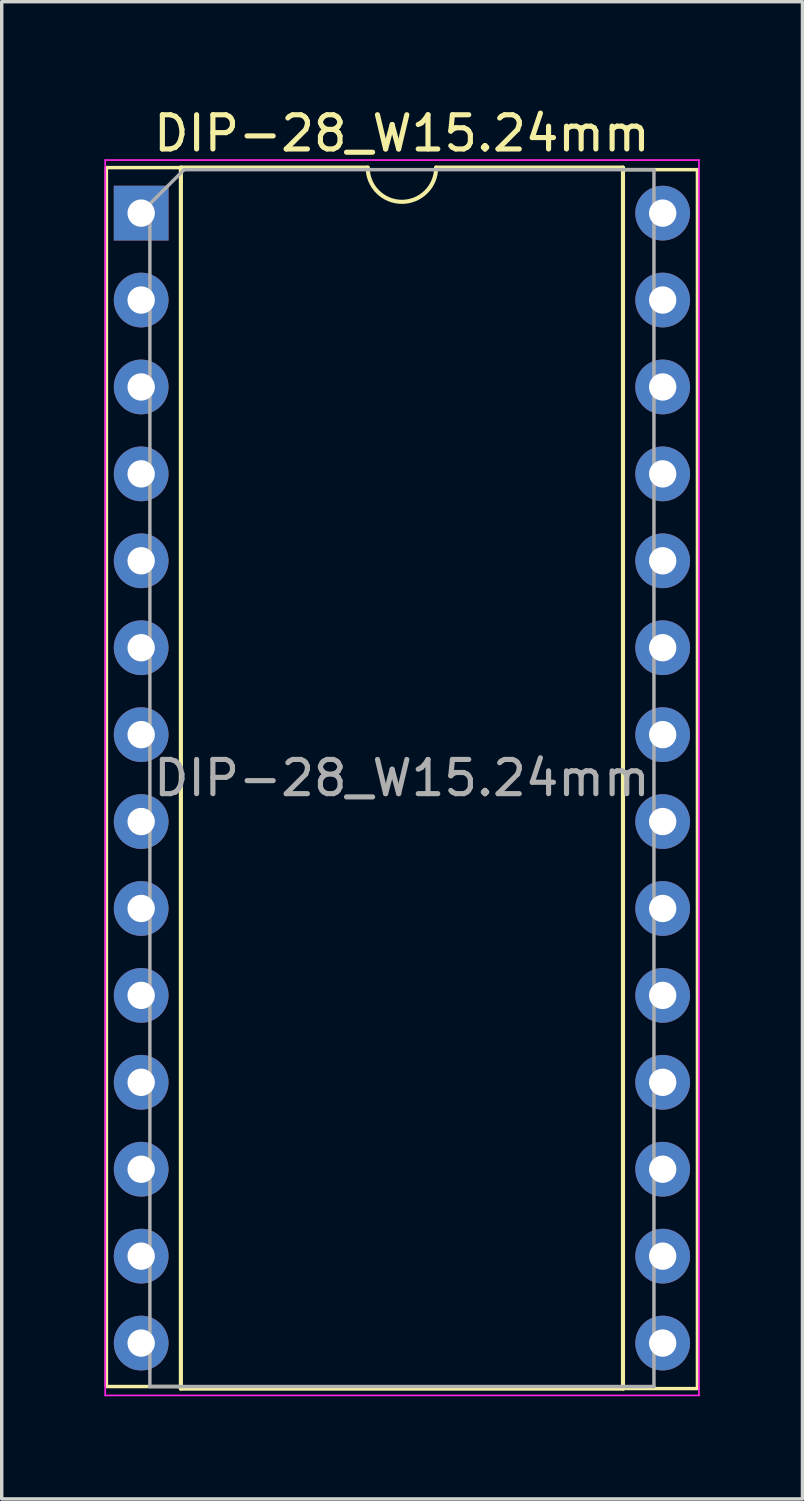
<source format=kicad_pcb>
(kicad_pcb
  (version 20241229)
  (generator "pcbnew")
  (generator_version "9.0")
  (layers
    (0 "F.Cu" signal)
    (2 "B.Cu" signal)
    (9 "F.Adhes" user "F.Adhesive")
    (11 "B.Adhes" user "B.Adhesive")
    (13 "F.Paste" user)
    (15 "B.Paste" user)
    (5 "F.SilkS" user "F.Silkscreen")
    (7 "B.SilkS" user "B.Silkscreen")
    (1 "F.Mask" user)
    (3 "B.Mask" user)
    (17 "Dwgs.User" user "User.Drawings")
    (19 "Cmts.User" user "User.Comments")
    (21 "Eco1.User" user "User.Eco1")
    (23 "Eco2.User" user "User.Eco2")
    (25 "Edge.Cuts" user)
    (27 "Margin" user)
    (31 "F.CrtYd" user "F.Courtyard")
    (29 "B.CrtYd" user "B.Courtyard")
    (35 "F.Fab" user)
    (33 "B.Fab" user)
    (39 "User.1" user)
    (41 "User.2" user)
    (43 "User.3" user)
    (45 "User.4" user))
  (footprint "DIP-28_W15.24mm"
    (layer "F.Cu")
    (at 1.075 3.178)
    (property "Reference" "DIP-28_W15.24mm" (at 7.62 -2.33 0) (layer "F.SilkS") (effects (font (size 1 1) (thickness 0.15))))
    (attr through_hole)
    (fp_line (start 1.16 -1.33) (end 1.16 34.35) (stroke (width 0.12) (type solid)) (layer "F.SilkS"))
    (fp_line (start 1.16 34.35) (end 14.08 34.35) (stroke (width 0.12) (type solid)) (layer "F.SilkS"))
    (fp_line (start 6.62 -1.33) (end 1.16 -1.33) (stroke (width 0.12) (type solid)) (layer "F.SilkS"))
    (fp_line (start 14.08 -1.33) (end 8.62 -1.33) (stroke (width 0.12) (type solid)) (layer "F.SilkS"))
    (fp_line (start 14.08 34.35) (end 14.08 -1.33) (stroke (width 0.12) (type solid)) (layer "F.SilkS"))
    (fp_rect (start -1.016 -1.33) (end 1.16 34.29) (stroke (width 0.1) (type default)) (fill no) (layer "F.SilkS"))
    (fp_rect (start 14.08 -1.27) (end 16.256 34.35) (stroke (width 0.1) (type default)) (fill no) (layer "F.SilkS"))
    (fp_arc (start 8.62 -1.33) (mid 7.62 -0.33) (end 6.62 -1.33) (stroke (width 0.12) (type solid)) (layer "F.SilkS"))
    (fp_line (start -1.05 -1.55) (end -1.05 34.55) (stroke (width 0.05) (type solid)) (layer "F.CrtYd"))
    (fp_line (start -1.05 34.55) (end 16.3 34.55) (stroke (width 0.05) (type solid)) (layer "F.CrtYd"))
    (fp_line (start 16.3 -1.55) (end -1.05 -1.55) (stroke (width 0.05) (type solid)) (layer "F.CrtYd"))
    (fp_line (start 16.3 34.55) (end 16.3 -1.55) (stroke (width 0.05) (type solid)) (layer "F.CrtYd"))
    (fp_line (start 0.255 -0.27) (end 1.255 -1.27) (stroke (width 0.1) (type solid)) (layer "F.Fab"))
    (fp_line (start 0.255 34.29) (end 0.255 -0.27) (stroke (width 0.1) (type solid)) (layer "F.Fab"))
    (fp_line (start 1.255 -1.27) (end 14.985 -1.27) (stroke (width 0.1) (type solid)) (layer "F.Fab"))
    (fp_line (start 14.985 -1.27) (end 14.985 34.29) (stroke (width 0.1) (type solid)) (layer "F.Fab"))
    (fp_line (start 14.985 34.29) (end 0.255 34.29) (stroke (width 0.1) (type solid)) (layer "F.Fab"))
    (fp_text user "${REFERENCE}" (at 7.62 16.51 0) (layer "F.Fab") (effects (font (size 1 1) (thickness 0.15))))
    (pad "1" thru_hole rect (at 0 0) (size 1.6 1.6) (drill 0.8) (layers "*.Cu" "*.Mask"))
    (pad "2" thru_hole oval (at 0 2.54) (size 1.6 1.6) (drill 0.8) (layers "*.Cu" "*.Mask"))
    (pad "3" thru_hole oval (at 0 5.08) (size 1.6 1.6) (drill 0.8) (layers "*.Cu" "*.Mask"))
    (pad "4" thru_hole oval (at 0 7.62) (size 1.6 1.6) (drill 0.8) (layers "*.Cu" "*.Mask"))
    (pad "5" thru_hole oval (at 0 10.16) (size 1.6 1.6) (drill 0.8) (layers "*.Cu" "*.Mask"))
    (pad "6" thru_hole oval (at 0 12.7) (size 1.6 1.6) (drill 0.8) (layers "*.Cu" "*.Mask"))
    (pad "7" thru_hole oval (at 0 15.24) (size 1.6 1.6) (drill 0.8) (layers "*.Cu" "*.Mask"))
    (pad "8" thru_hole oval (at 0 17.78) (size 1.6 1.6) (drill 0.8) (layers "*.Cu" "*.Mask"))
    (pad "9" thru_hole oval (at 0 20.32) (size 1.6 1.6) (drill 0.8) (layers "*.Cu" "*.Mask"))
    (pad "10" thru_hole oval (at 0 22.86) (size 1.6 1.6) (drill 0.8) (layers "*.Cu" "*.Mask"))
    (pad "11" thru_hole oval (at 0 25.4) (size 1.6 1.6) (drill 0.8) (layers "*.Cu" "*.Mask"))
    (pad "12" thru_hole oval (at 0 27.94) (size 1.6 1.6) (drill 0.8) (layers "*.Cu" "*.Mask"))
    (pad "13" thru_hole oval (at 0 30.48) (size 1.6 1.6) (drill 0.8) (layers "*.Cu" "*.Mask"))
    (pad "14" thru_hole oval (at 0 33.02) (size 1.6 1.6) (drill 0.8) (layers "*.Cu" "*.Mask"))
    (pad "15" thru_hole oval (at 15.24 33.02) (size 1.6 1.6) (drill 0.8) (layers "*.Cu" "*.Mask"))
    (pad "16" thru_hole oval (at 15.24 30.48) (size 1.6 1.6) (drill 0.8) (layers "*.Cu" "*.Mask"))
    (pad "17" thru_hole oval (at 15.24 27.94) (size 1.6 1.6) (drill 0.8) (layers "*.Cu" "*.Mask"))
    (pad "18" thru_hole oval (at 15.24 25.4) (size 1.6 1.6) (drill 0.8) (layers "*.Cu" "*.Mask"))
    (pad "19" thru_hole oval (at 15.24 22.86) (size 1.6 1.6) (drill 0.8) (layers "*.Cu" "*.Mask"))
    (pad "20" thru_hole oval (at 15.24 20.32) (size 1.6 1.6) (drill 0.8) (layers "*.Cu" "*.Mask"))
    (pad "21" thru_hole oval (at 15.24 17.78) (size 1.6 1.6) (drill 0.8) (layers "*.Cu" "*.Mask"))
    (pad "22" thru_hole oval (at 15.24 15.24) (size 1.6 1.6) (drill 0.8) (layers "*.Cu" "*.Mask"))
    (pad "23" thru_hole oval (at 15.24 12.7) (size 1.6 1.6) (drill 0.8) (layers "*.Cu" "*.Mask"))
    (pad "24" thru_hole oval (at 15.24 10.16) (size 1.6 1.6) (drill 0.8) (layers "*.Cu" "*.Mask"))
    (pad "25" thru_hole oval (at 15.24 7.62) (size 1.6 1.6) (drill 0.8) (layers "*.Cu" "*.Mask"))
    (pad "26" thru_hole oval (at 15.24 5.08) (size 1.6 1.6) (drill 0.8) (layers "*.Cu" "*.Mask"))
    (pad "27" thru_hole oval (at 15.24 2.54) (size 1.6 1.6) (drill 0.8) (layers "*.Cu" "*.Mask"))
    (pad "28" thru_hole oval (at 15.24 0) (size 1.6 1.6) (drill 0.8) (layers "*.Cu" "*.Mask")))
  (gr_rect
    (start -3 -3)
    (end 20.4 40.753)
    (stroke (width 0.1) (type default))
    (fill no)
    (layer "Edge.Cuts")))
</source>
